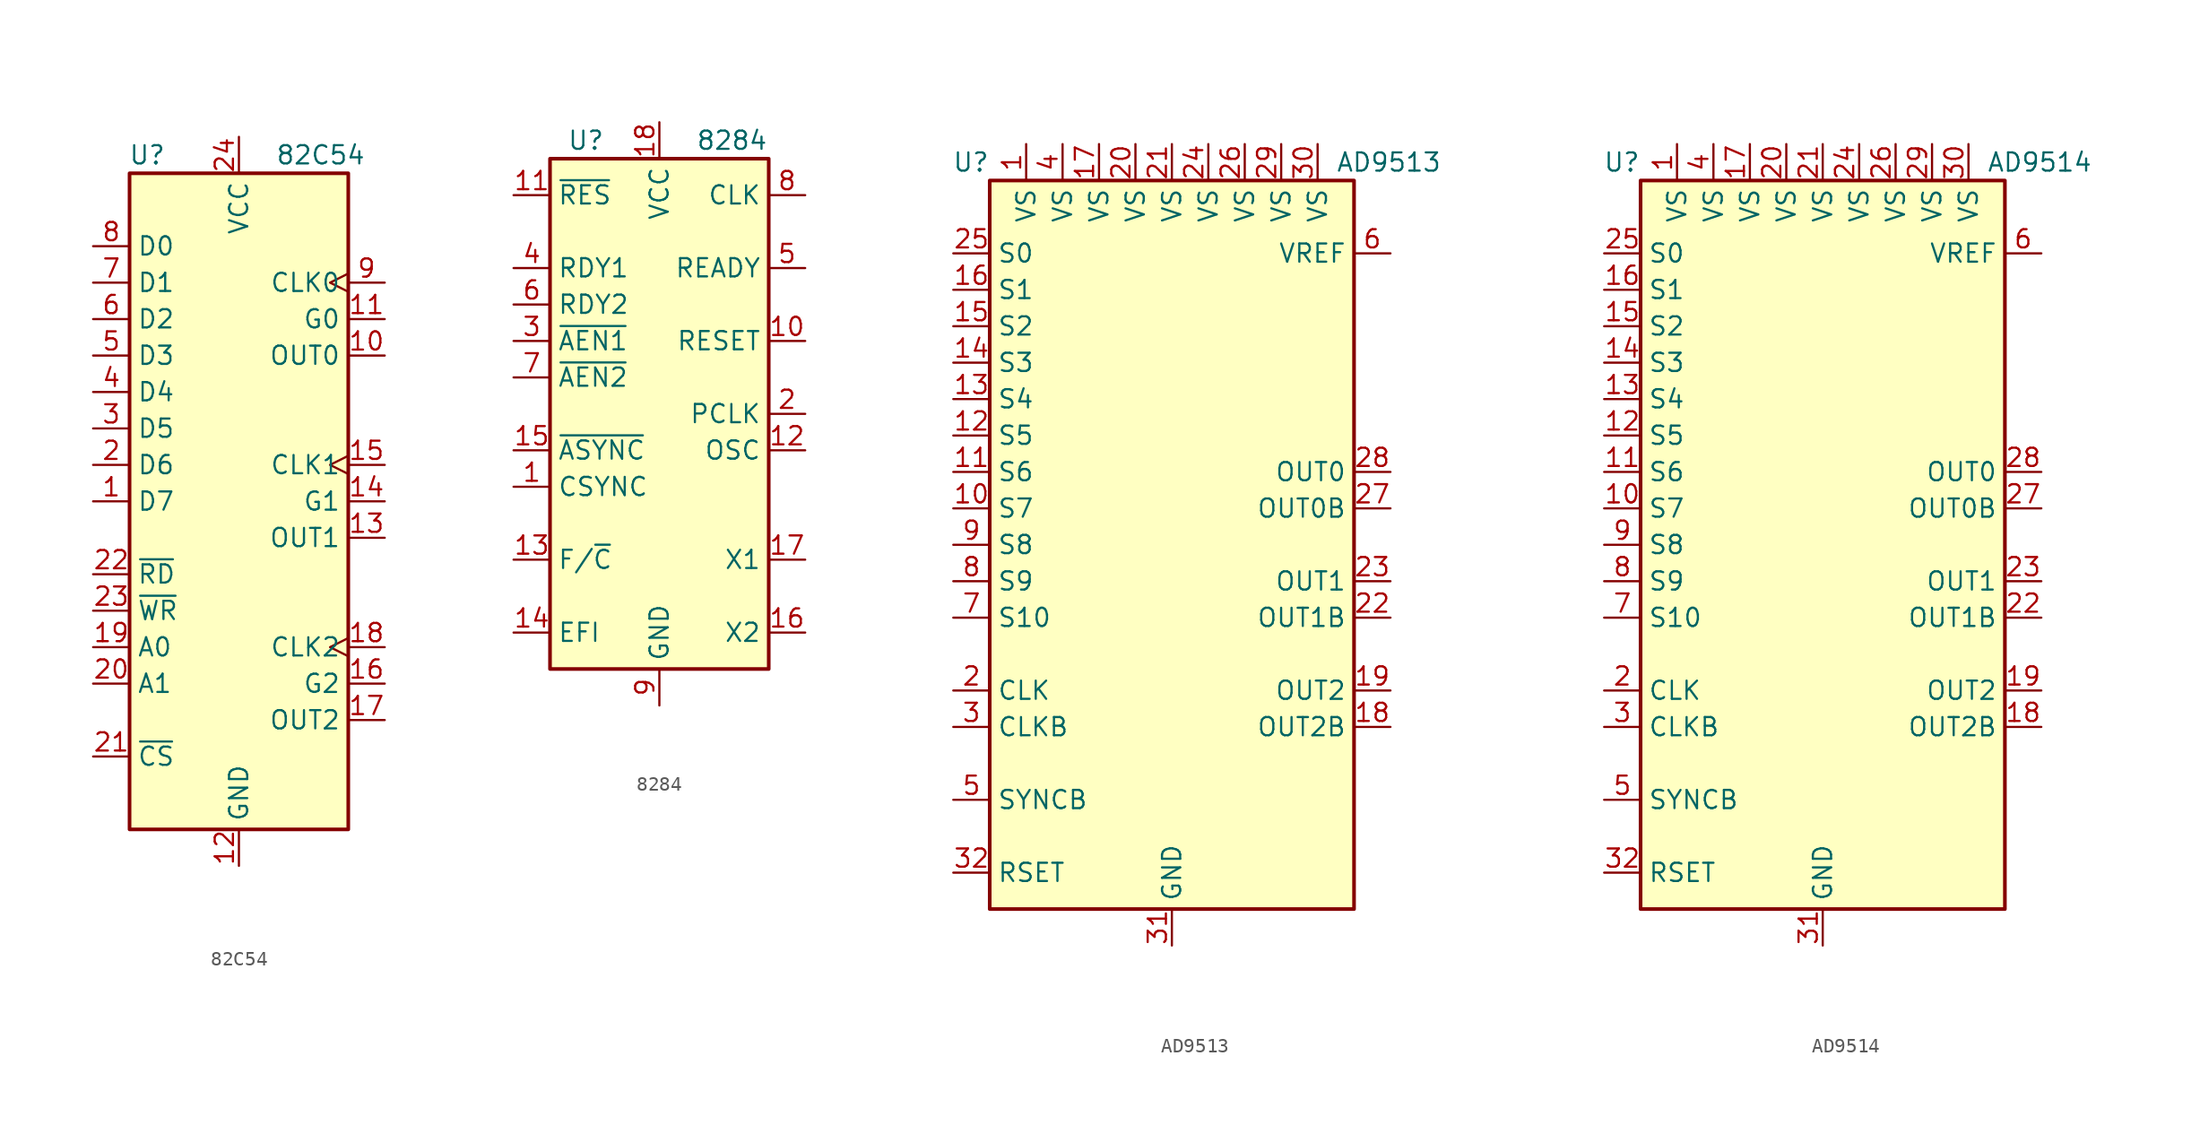
<source format=kicad_sym>
(kicad_symbol_lib
  (version 20241209)
  (generator "kicad_symbol_editor")
  (generator_version "9.0")
  (symbol "82C54"
    (property "Reference" "U"
      (at -5.08 24.13 0)
      (effects (font (size 1.27 1.27)) (justify right)))
    (property "Value" "82C54"
      (at 2.54 24.13 0)
      (effects (font (size 1.27 1.27)) (justify left)))
    (symbol "82C54_0_1"
      (rectangle (start -7.62 -22.86) (end 7.62 22.86) (stroke (width 0.254) (type default)) (fill (type background))))
    (symbol "82C54_1_1"
      (pin bidirectional line (at -10.16 17.78 0) (length 2.54) (name "D0" (effects (font (size 1.27 1.27)))) (number "8" (effects (font (size 1.27 1.27)))))
      (pin bidirectional line (at -10.16 15.24 0) (length 2.54) (name "D1" (effects (font (size 1.27 1.27)))) (number "7" (effects (font (size 1.27 1.27)))))
      (pin bidirectional line (at -10.16 12.7 0) (length 2.54) (name "D2" (effects (font (size 1.27 1.27)))) (number "6" (effects (font (size 1.27 1.27)))))
      (pin bidirectional line (at -10.16 10.16 0) (length 2.54) (name "D3" (effects (font (size 1.27 1.27)))) (number "5" (effects (font (size 1.27 1.27)))))
      (pin bidirectional line (at -10.16 7.62 0) (length 2.54) (name "D4" (effects (font (size 1.27 1.27)))) (number "4" (effects (font (size 1.27 1.27)))))
      (pin bidirectional line (at -10.16 5.08 0) (length 2.54) (name "D5" (effects (font (size 1.27 1.27)))) (number "3" (effects (font (size 1.27 1.27)))))
      (pin bidirectional line (at -10.16 2.54 0) (length 2.54) (name "D6" (effects (font (size 1.27 1.27)))) (number "2" (effects (font (size 1.27 1.27)))))
      (pin bidirectional line (at -10.16 0 0) (length 2.54) (name "D7" (effects (font (size 1.27 1.27)))) (number "1" (effects (font (size 1.27 1.27)))))
      (pin input line (at -10.16 -5.08 0) (length 2.54) (name "~{RD}" (effects (font (size 1.27 1.27)))) (number "22" (effects (font (size 1.27 1.27)))))
      (pin input line (at -10.16 -7.62 0) (length 2.54) (name "~{WR}" (effects (font (size 1.27 1.27)))) (number "23" (effects (font (size 1.27 1.27)))))
      (pin input line (at -10.16 -10.16 0) (length 2.54) (name "A0" (effects (font (size 1.27 1.27)))) (number "19" (effects (font (size 1.27 1.27)))))
      (pin input line (at -10.16 -12.7 0) (length 2.54) (name "A1" (effects (font (size 1.27 1.27)))) (number "20" (effects (font (size 1.27 1.27)))))
      (pin input line (at -10.16 -17.78 0) (length 2.54) (name "~{CS}" (effects (font (size 1.27 1.27)))) (number "21" (effects (font (size 1.27 1.27)))))
      (pin power_in line (at 0 25.4 270) (length 2.54) (name "VCC" (effects (font (size 1.27 1.27)))) (number "24" (effects (font (size 1.27 1.27)))))
      (pin power_in line (at 0 -25.4 90) (length 2.54) (name "GND" (effects (font (size 1.27 1.27)))) (number "12" (effects (font (size 1.27 1.27)))))
      (pin input clock (at 10.16 15.24 180) (length 2.54) (name "CLK0" (effects (font (size 1.27 1.27)))) (number "9" (effects (font (size 1.27 1.27)))))
      (pin input line (at 10.16 12.7 180) (length 2.54) (name "G0" (effects (font (size 1.27 1.27)))) (number "11" (effects (font (size 1.27 1.27)))))
      (pin output line (at 10.16 10.16 180) (length 2.54) (name "OUT0" (effects (font (size 1.27 1.27)))) (number "10" (effects (font (size 1.27 1.27)))))
      (pin input clock (at 10.16 2.54 180) (length 2.54) (name "CLK1" (effects (font (size 1.27 1.27)))) (number "15" (effects (font (size 1.27 1.27)))))
      (pin input line (at 10.16 0 180) (length 2.54) (name "G1" (effects (font (size 1.27 1.27)))) (number "14" (effects (font (size 1.27 1.27)))))
      (pin output line (at 10.16 -2.54 180) (length 2.54) (name "OUT1" (effects (font (size 1.27 1.27)))) (number "13" (effects (font (size 1.27 1.27)))))
      (pin input clock (at 10.16 -10.16 180) (length 2.54) (name "CLK2" (effects (font (size 1.27 1.27)))) (number "18" (effects (font (size 1.27 1.27)))))
      (pin input line (at 10.16 -12.7 180) (length 2.54) (name "G2" (effects (font (size 1.27 1.27)))) (number "16" (effects (font (size 1.27 1.27)))))
      (pin output line (at 10.16 -15.24 180) (length 2.54) (name "OUT2" (effects (font (size 1.27 1.27)))) (number "17" (effects (font (size 1.27 1.27)))))))
  (symbol "8284"
    (property "Reference" "U"
      (at -3.81 19.05 0)
      (effects (font (size 1.27 1.27)) (justify right)))
    (property "Value" "8284"
      (at 2.54 19.05 0)
      (effects (font (size 1.27 1.27)) (justify left)))
    (symbol "8284_0_0"
      (rectangle (start -7.62 -17.78) (end 7.62 17.78) (stroke (width 0.254) (type default)) (fill (type background))))
    (symbol "8284_1_1"
      (pin input line (at -10.16 15.24 0) (length 2.54) (name "~{RES}" (effects (font (size 1.27 1.27)))) (number "11" (effects (font (size 1.27 1.27)))))
      (pin input line (at -10.16 10.16 0) (length 2.54) (name "RDY1" (effects (font (size 1.27 1.27)))) (number "4" (effects (font (size 1.27 1.27)))))
      (pin input line (at -10.16 7.62 0) (length 2.54) (name "RDY2" (effects (font (size 1.27 1.27)))) (number "6" (effects (font (size 1.27 1.27)))))
      (pin input line (at -10.16 5.08 0) (length 2.54) (name "~{AEN1}" (effects (font (size 1.27 1.27)))) (number "3" (effects (font (size 1.27 1.27)))))
      (pin input line (at -10.16 2.54 0) (length 2.54) (name "~{AEN2}" (effects (font (size 1.27 1.27)))) (number "7" (effects (font (size 1.27 1.27)))))
      (pin input line (at -10.16 -2.54 0) (length 2.54) (name "~{ASYNC}" (effects (font (size 1.27 1.27)))) (number "15" (effects (font (size 1.27 1.27)))))
      (pin input line (at -10.16 -5.08 0) (length 2.54) (name "CSYNC" (effects (font (size 1.27 1.27)))) (number "1" (effects (font (size 1.27 1.27)))))
      (pin input line (at -10.16 -10.16 0) (length 2.54) (name "F/~{C}" (effects (font (size 1.27 1.27)))) (number "13" (effects (font (size 1.27 1.27)))))
      (pin input line (at -10.16 -15.24 0) (length 2.54) (name "EFI" (effects (font (size 1.27 1.27)))) (number "14" (effects (font (size 1.27 1.27)))))
      (pin power_in line (at 0 20.32 270) (length 2.54) (name "VCC" (effects (font (size 1.27 1.27)))) (number "18" (effects (font (size 1.27 1.27)))))
      (pin power_in line (at 0 -20.32 90) (length 2.54) (name "GND" (effects (font (size 1.27 1.27)))) (number "9" (effects (font (size 1.27 1.27)))))
      (pin output line (at 10.16 15.24 180) (length 2.54) (name "CLK" (effects (font (size 1.27 1.27)))) (number "8" (effects (font (size 1.27 1.27)))))
      (pin output line (at 10.16 10.16 180) (length 2.54) (name "READY" (effects (font (size 1.27 1.27)))) (number "5" (effects (font (size 1.27 1.27)))))
      (pin output line (at 10.16 5.08 180) (length 2.54) (name "RESET" (effects (font (size 1.27 1.27)))) (number "10" (effects (font (size 1.27 1.27)))))
      (pin output line (at 10.16 0 180) (length 2.54) (name "PCLK" (effects (font (size 1.27 1.27)))) (number "2" (effects (font (size 1.27 1.27)))))
      (pin output line (at 10.16 -2.54 180) (length 2.54) (name "OSC" (effects (font (size 1.27 1.27)))) (number "12" (effects (font (size 1.27 1.27)))))
      (pin input line (at 10.16 -10.16 180) (length 2.54) (name "X1" (effects (font (size 1.27 1.27)))) (number "17" (effects (font (size 1.27 1.27)))))
      (pin output line (at 10.16 -15.24 180) (length 2.54) (name "X2" (effects (font (size 1.27 1.27)))) (number "16" (effects (font (size 1.27 1.27)))))))
  (symbol "AD9513"
    (property "Reference" "U"
      (at -12.7 26.67 0)
      (effects (font (size 1.27 1.27)) (justify right)))
    (property "Value" "AD9513"
      (at 11.43 26.67 0)
      (effects (font (size 1.27 1.27)) (justify left)))
    (symbol "AD9513_0_1"
      (rectangle (start -12.7 25.4) (end 12.7 -25.4) (stroke (width 0.254) (type default)) (fill (type background))))
    (symbol "AD9513_1_1"
      (pin input line (at -15.24 20.32 0) (length 2.54) (name "S0" (effects (font (size 1.27 1.27)))) (number "25" (effects (font (size 1.27 1.27)))))
      (pin input line (at -15.24 17.78 0) (length 2.54) (name "S1" (effects (font (size 1.27 1.27)))) (number "16" (effects (font (size 1.27 1.27)))))
      (pin input line (at -15.24 15.24 0) (length 2.54) (name "S2" (effects (font (size 1.27 1.27)))) (number "15" (effects (font (size 1.27 1.27)))))
      (pin input line (at -15.24 12.7 0) (length 2.54) (name "S3" (effects (font (size 1.27 1.27)))) (number "14" (effects (font (size 1.27 1.27)))))
      (pin input line (at -15.24 10.16 0) (length 2.54) (name "S4" (effects (font (size 1.27 1.27)))) (number "13" (effects (font (size 1.27 1.27)))))
      (pin input line (at -15.24 7.62 0) (length 2.54) (name "S5" (effects (font (size 1.27 1.27)))) (number "12" (effects (font (size 1.27 1.27)))))
      (pin input line (at -15.24 5.08 0) (length 2.54) (name "S6" (effects (font (size 1.27 1.27)))) (number "11" (effects (font (size 1.27 1.27)))))
      (pin input line (at -15.24 2.54 0) (length 2.54) (name "S7" (effects (font (size 1.27 1.27)))) (number "10" (effects (font (size 1.27 1.27)))))
      (pin input line (at -15.24 0 0) (length 2.54) (name "S8" (effects (font (size 1.27 1.27)))) (number "9" (effects (font (size 1.27 1.27)))))
      (pin input line (at -15.24 -2.54 0) (length 2.54) (name "S9" (effects (font (size 1.27 1.27)))) (number "8" (effects (font (size 1.27 1.27)))))
      (pin input line (at -15.24 -5.08 0) (length 2.54) (name "S10" (effects (font (size 1.27 1.27)))) (number "7" (effects (font (size 1.27 1.27)))))
      (pin input line (at -15.24 -10.16 0) (length 2.54) (name "CLK" (effects (font (size 1.27 1.27)))) (number "2" (effects (font (size 1.27 1.27)))))
      (pin input line (at -15.24 -12.7 0) (length 2.54) (name "CLKB" (effects (font (size 1.27 1.27)))) (number "3" (effects (font (size 1.27 1.27)))))
      (pin input line (at -15.24 -17.78 0) (length 2.54) (name "SYNCB" (effects (font (size 1.27 1.27)))) (number "5" (effects (font (size 1.27 1.27)))))
      (pin passive line (at -15.24 -22.86 0) (length 2.54) (name "RSET" (effects (font (size 1.27 1.27)))) (number "32" (effects (font (size 1.27 1.27)))))
      (pin power_in line (at -10.16 27.94 270) (length 2.54) (name "VS" (effects (font (size 1.27 1.27)))) (number "1" (effects (font (size 1.27 1.27)))))
      (pin power_in line (at -7.62 27.94 270) (length 2.54) (name "VS" (effects (font (size 1.27 1.27)))) (number "4" (effects (font (size 1.27 1.27)))))
      (pin power_in line (at -5.08 27.94 270) (length 2.54) (name "VS" (effects (font (size 1.27 1.27)))) (number "17" (effects (font (size 1.27 1.27)))))
      (pin power_in line (at -2.54 27.94 270) (length 2.54) (name "VS" (effects (font (size 1.27 1.27)))) (number "20" (effects (font (size 1.27 1.27)))))
      (pin power_in line (at 0 27.94 270) (length 2.54) (name "VS" (effects (font (size 1.27 1.27)))) (number "21" (effects (font (size 1.27 1.27)))))
      (pin power_in line (at 0 -27.94 90) (length 2.54) (name "GND" (effects (font (size 1.27 1.27)))) (number "31" (effects (font (size 1.27 1.27)))))
      (pin passive line (at 0 -27.94 90) (length 2.54) (hide yes) (name "GND" (effects (font (size 1.27 1.27)))) (number "33" (effects (font (size 1.27 1.27)))))
      (pin power_in line (at 2.54 27.94 270) (length 2.54) (name "VS" (effects (font (size 1.27 1.27)))) (number "24" (effects (font (size 1.27 1.27)))))
      (pin power_in line (at 5.08 27.94 270) (length 2.54) (name "VS" (effects (font (size 1.27 1.27)))) (number "26" (effects (font (size 1.27 1.27)))))
      (pin power_in line (at 7.62 27.94 270) (length 2.54) (name "VS" (effects (font (size 1.27 1.27)))) (number "29" (effects (font (size 1.27 1.27)))))
      (pin power_in line (at 10.16 27.94 270) (length 2.54) (name "VS" (effects (font (size 1.27 1.27)))) (number "30" (effects (font (size 1.27 1.27)))))
      (pin power_out line (at 15.24 20.32 180) (length 2.54) (name "VREF" (effects (font (size 1.27 1.27)))) (number "6" (effects (font (size 1.27 1.27)))))
      (pin output line (at 15.24 5.08 180) (length 2.54) (name "OUT0" (effects (font (size 1.27 1.27)))) (number "28" (effects (font (size 1.27 1.27)))))
      (pin output line (at 15.24 2.54 180) (length 2.54) (name "OUT0B" (effects (font (size 1.27 1.27)))) (number "27" (effects (font (size 1.27 1.27)))))
      (pin output line (at 15.24 -2.54 180) (length 2.54) (name "OUT1" (effects (font (size 1.27 1.27)))) (number "23" (effects (font (size 1.27 1.27)))))
      (pin output line (at 15.24 -5.08 180) (length 2.54) (name "OUT1B" (effects (font (size 1.27 1.27)))) (number "22" (effects (font (size 1.27 1.27)))))
      (pin output line (at 15.24 -10.16 180) (length 2.54) (name "OUT2" (effects (font (size 1.27 1.27)))) (number "19" (effects (font (size 1.27 1.27)))))
      (pin output line (at 15.24 -12.7 180) (length 2.54) (name "OUT2B" (effects (font (size 1.27 1.27)))) (number "18" (effects (font (size 1.27 1.27)))))))
  (symbol "AD9514"
    (property "Reference" "U"
      (at -12.7 26.67 0)
      (effects (font (size 1.27 1.27)) (justify right)))
    (property "Value" "AD9514"
      (at 11.43 26.67 0)
      (effects (font (size 1.27 1.27)) (justify left)))
    (symbol "AD9514_1_1"
      (rectangle (start -12.7 25.4) (end 12.7 -25.4) (stroke (width 0.254) (type default)) (fill (type background)))
      (pin input line (at -15.24 20.32 0) (length 2.54) (name "S0" (effects (font (size 1.27 1.27)))) (number "25" (effects (font (size 1.27 1.27)))))
      (pin input line (at -15.24 17.78 0) (length 2.54) (name "S1" (effects (font (size 1.27 1.27)))) (number "16" (effects (font (size 1.27 1.27)))))
      (pin input line (at -15.24 15.24 0) (length 2.54) (name "S2" (effects (font (size 1.27 1.27)))) (number "15" (effects (font (size 1.27 1.27)))))
      (pin input line (at -15.24 12.7 0) (length 2.54) (name "S3" (effects (font (size 1.27 1.27)))) (number "14" (effects (font (size 1.27 1.27)))))
      (pin input line (at -15.24 10.16 0) (length 2.54) (name "S4" (effects (font (size 1.27 1.27)))) (number "13" (effects (font (size 1.27 1.27)))))
      (pin input line (at -15.24 7.62 0) (length 2.54) (name "S5" (effects (font (size 1.27 1.27)))) (number "12" (effects (font (size 1.27 1.27)))))
      (pin input line (at -15.24 5.08 0) (length 2.54) (name "S6" (effects (font (size 1.27 1.27)))) (number "11" (effects (font (size 1.27 1.27)))))
      (pin input line (at -15.24 2.54 0) (length 2.54) (name "S7" (effects (font (size 1.27 1.27)))) (number "10" (effects (font (size 1.27 1.27)))))
      (pin input line (at -15.24 0 0) (length 2.54) (name "S8" (effects (font (size 1.27 1.27)))) (number "9" (effects (font (size 1.27 1.27)))))
      (pin input line (at -15.24 -2.54 0) (length 2.54) (name "S9" (effects (font (size 1.27 1.27)))) (number "8" (effects (font (size 1.27 1.27)))))
      (pin input line (at -15.24 -5.08 0) (length 2.54) (name "S10" (effects (font (size 1.27 1.27)))) (number "7" (effects (font (size 1.27 1.27)))))
      (pin input line (at -15.24 -10.16 0) (length 2.54) (name "CLK" (effects (font (size 1.27 1.27)))) (number "2" (effects (font (size 1.27 1.27)))))
      (pin input line (at -15.24 -12.7 0) (length 2.54) (name "CLKB" (effects (font (size 1.27 1.27)))) (number "3" (effects (font (size 1.27 1.27)))))
      (pin input line (at -15.24 -17.78 0) (length 2.54) (name "SYNCB" (effects (font (size 1.27 1.27)))) (number "5" (effects (font (size 1.27 1.27)))))
      (pin passive line (at -15.24 -22.86 0) (length 2.54) (name "RSET" (effects (font (size 1.27 1.27)))) (number "32" (effects (font (size 1.27 1.27)))))
      (pin power_in line (at -10.16 27.94 270) (length 2.54) (name "VS" (effects (font (size 1.27 1.27)))) (number "1" (effects (font (size 1.27 1.27)))))
      (pin power_in line (at -7.62 27.94 270) (length 2.54) (name "VS" (effects (font (size 1.27 1.27)))) (number "4" (effects (font (size 1.27 1.27)))))
      (pin power_in line (at -5.08 27.94 270) (length 2.54) (name "VS" (effects (font (size 1.27 1.27)))) (number "17" (effects (font (size 1.27 1.27)))))
      (pin power_in line (at -2.54 27.94 270) (length 2.54) (name "VS" (effects (font (size 1.27 1.27)))) (number "20" (effects (font (size 1.27 1.27)))))
      (pin power_in line (at 0 27.94 270) (length 2.54) (name "VS" (effects (font (size 1.27 1.27)))) (number "21" (effects (font (size 1.27 1.27)))))
      (pin power_in line (at 0 -27.94 90) (length 2.54) (name "GND" (effects (font (size 1.27 1.27)))) (number "31" (effects (font (size 1.27 1.27)))))
      (pin passive line (at 0 -27.94 90) (length 2.54) (hide yes) (name "GND" (effects (font (size 1.27 1.27)))) (number "33" (effects (font (size 1.27 1.27)))))
      (pin power_in line (at 2.54 27.94 270) (length 2.54) (name "VS" (effects (font (size 1.27 1.27)))) (number "24" (effects (font (size 1.27 1.27)))))
      (pin power_in line (at 5.08 27.94 270) (length 2.54) (name "VS" (effects (font (size 1.27 1.27)))) (number "26" (effects (font (size 1.27 1.27)))))
      (pin power_in line (at 7.62 27.94 270) (length 2.54) (name "VS" (effects (font (size 1.27 1.27)))) (number "29" (effects (font (size 1.27 1.27)))))
      (pin power_in line (at 10.16 27.94 270) (length 2.54) (name "VS" (effects (font (size 1.27 1.27)))) (number "30" (effects (font (size 1.27 1.27)))))
      (pin power_out line (at 15.24 20.32 180) (length 2.54) (name "VREF" (effects (font (size 1.27 1.27)))) (number "6" (effects (font (size 1.27 1.27)))))
      (pin open_emitter line (at 15.24 5.08 180) (length 2.54) (name "OUT0" (effects (font (size 1.27 1.27)))) (number "28" (effects (font (size 1.27 1.27)))))
      (pin open_emitter line (at 15.24 2.54 180) (length 2.54) (name "OUT0B" (effects (font (size 1.27 1.27)))) (number "27" (effects (font (size 1.27 1.27)))))
      (pin open_emitter line (at 15.24 -2.54 180) (length 2.54) (name "OUT1" (effects (font (size 1.27 1.27)))) (number "23" (effects (font (size 1.27 1.27)))))
      (pin open_emitter line (at 15.24 -5.08 180) (length 2.54) (name "OUT1B" (effects (font (size 1.27 1.27)))) (number "22" (effects (font (size 1.27 1.27)))))
      (pin output line (at 15.24 -10.16 180) (length 2.54) (name "OUT2" (effects (font (size 1.27 1.27)))) (number "19" (effects (font (size 1.27 1.27)))))
      (pin output line (at 15.24 -12.7 180) (length 2.54) (name "OUT2B" (effects (font (size 1.27 1.27)))) (number "18" (effects (font (size 1.27 1.27))))))))
</source>
